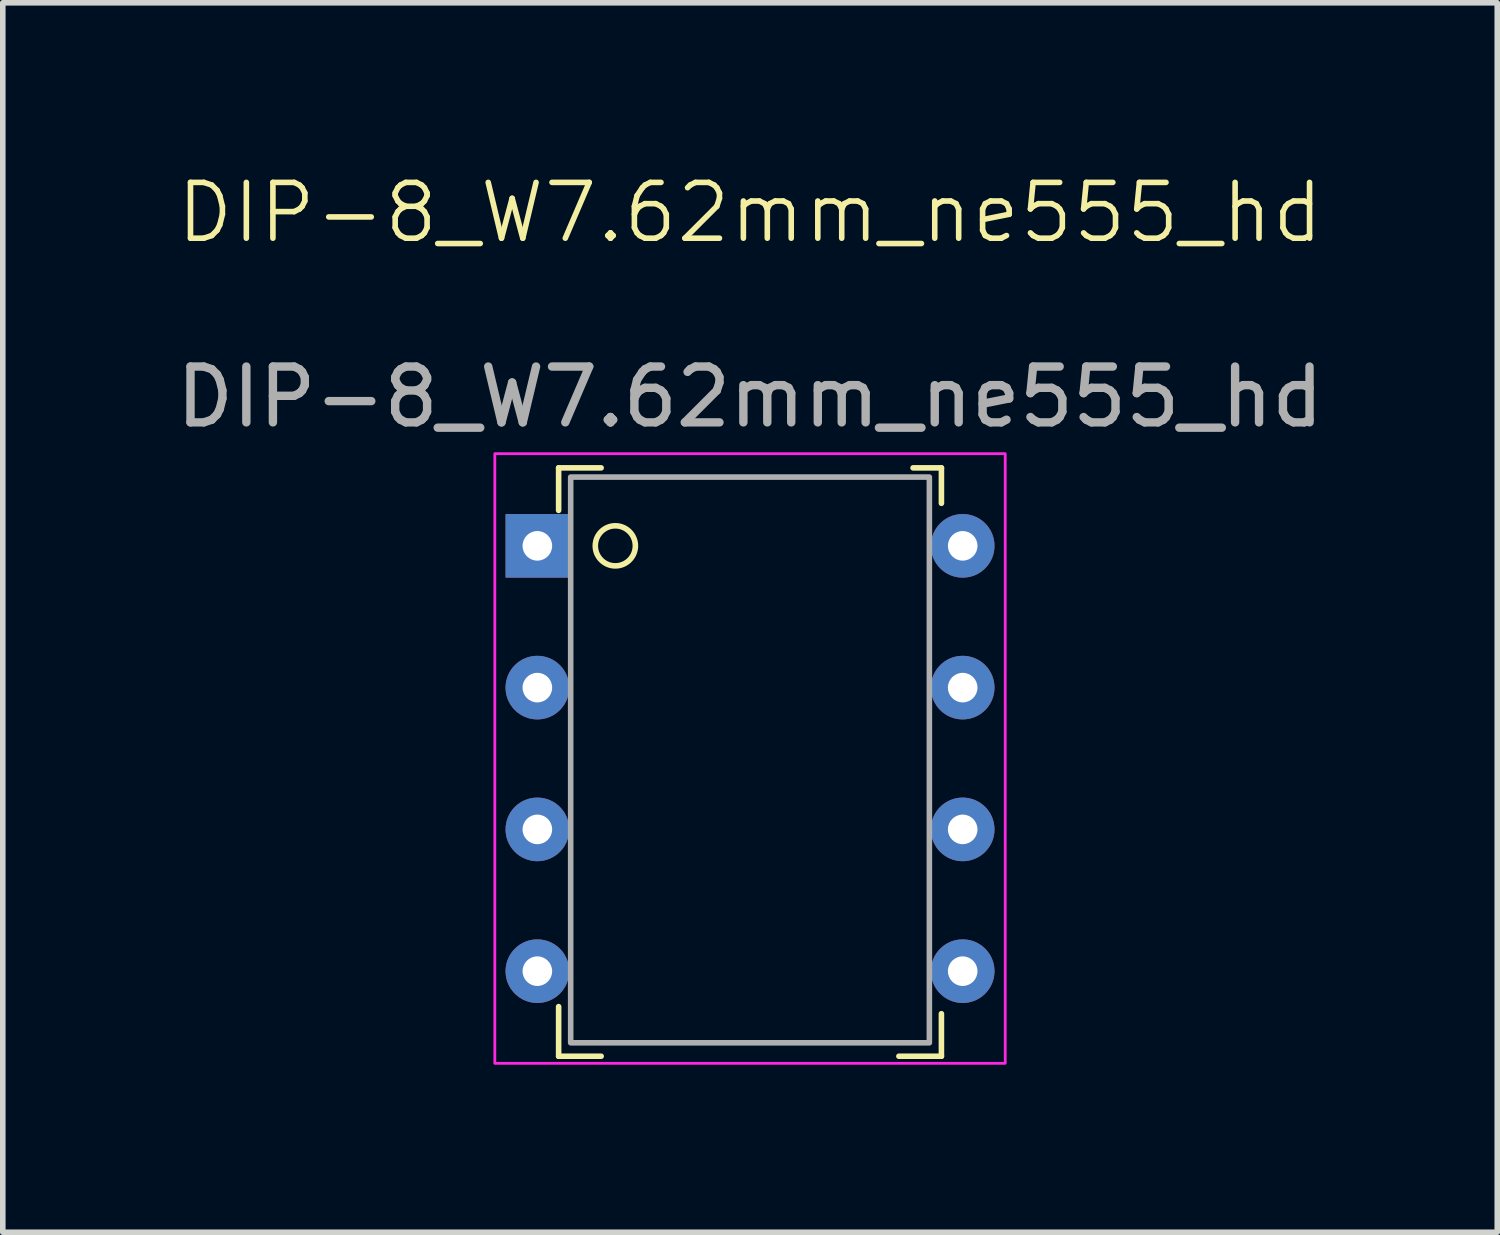
<source format=kicad_pcb>
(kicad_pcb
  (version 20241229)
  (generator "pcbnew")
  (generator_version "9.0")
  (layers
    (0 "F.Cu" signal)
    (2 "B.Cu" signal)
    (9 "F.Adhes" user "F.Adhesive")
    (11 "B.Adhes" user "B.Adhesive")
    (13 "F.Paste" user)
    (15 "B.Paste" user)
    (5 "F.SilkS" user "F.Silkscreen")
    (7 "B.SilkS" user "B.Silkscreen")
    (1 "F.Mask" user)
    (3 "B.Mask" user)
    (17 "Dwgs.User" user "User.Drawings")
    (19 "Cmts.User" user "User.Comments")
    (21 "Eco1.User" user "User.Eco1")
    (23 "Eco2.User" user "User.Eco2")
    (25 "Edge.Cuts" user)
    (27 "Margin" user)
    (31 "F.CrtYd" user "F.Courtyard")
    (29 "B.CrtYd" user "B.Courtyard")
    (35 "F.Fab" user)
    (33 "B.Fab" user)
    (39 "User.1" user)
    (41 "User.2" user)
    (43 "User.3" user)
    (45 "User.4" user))
  (footprint "DIP-8_W7.62mm_ne555_hd"
    (layer "F.Cu")
    (at 10.387 0.506)
    (property "Reference" "DIP-8_W7.62mm_ne555_hd" (at 0 0.254 0) (unlocked yes) (layer "F.SilkS") (effects (font (size 1 1) (thickness 0.1))))
    (attr smd)
    (fp_line (start -3.429 4.826) (end -2.667 4.826) (stroke (width 0.1) (type default)) (layer "F.SilkS"))
    (fp_line (start -3.429 5.588) (end -3.429 4.826) (stroke (width 0.1) (type default)) (layer "F.SilkS"))
    (fp_line (start -3.429 14.478) (end -3.429 15.367) (stroke (width 0.1) (type default)) (layer "F.SilkS"))
    (fp_line (start -3.429 15.367) (end -2.667 15.367) (stroke (width 0.1) (type default)) (layer "F.SilkS"))
    (fp_line (start 2.921 4.826) (end 3.429 4.826) (stroke (width 0.1) (type default)) (layer "F.SilkS"))
    (fp_line (start 3.429 4.826) (end 3.429 5.461) (stroke (width 0.1) (type default)) (layer "F.SilkS"))
    (fp_line (start 3.429 14.605) (end 3.429 15.367) (stroke (width 0.1) (type default)) (layer "F.SilkS"))
    (fp_line (start 3.429 15.367) (end 2.667 15.367) (stroke (width 0.1) (type default)) (layer "F.SilkS"))
    (fp_circle (center -2.413 6.223) (end -2.159 6.477) (stroke (width 0.1) (type default)) (fill no) (layer "F.SilkS"))
    (fp_rect (start -4.572 4.572) (end 4.572 15.494) (stroke (width 0.05) (type default)) (fill no) (layer "F.CrtYd"))
    (fp_rect (start -3.213 4.991) (end 3.213 15.126) (stroke (width 0.1) (type default)) (fill no) (layer "F.Fab"))
    (fp_text user "${REFERENCE}" (at 0 3.556 0) (unlocked yes) (layer "F.Fab") (effects (font (size 1 1) (thickness 0.15))))
    (pad "1" thru_hole rect (at -3.81 6.223) (size 1.14 1.14) (drill 0.53) (layers "*.Cu" "*.Mask"))
    (pad "2" thru_hole circle (at -3.81 8.763) (size 1.14 1.14) (drill 0.53) (layers "*.Cu" "*.Mask"))
    (pad "3" thru_hole circle (at -3.81 11.303) (size 1.14 1.14) (drill 0.53) (layers "*.Cu" "*.Mask"))
    (pad "4" thru_hole circle (at -3.81 13.843) (size 1.14 1.14) (drill 0.53) (layers "*.Cu" "*.Mask"))
    (pad "5" thru_hole circle (at 3.81 13.843) (size 1.14 1.14) (drill 0.53) (layers "*.Cu" "*.Mask"))
    (pad "6" thru_hole circle (at 3.81 11.303) (size 1.14 1.14) (drill 0.53) (layers "*.Cu" "*.Mask"))
    (pad "7" thru_hole circle (at 3.81 8.763) (size 1.14 1.14) (drill 0.53) (layers "*.Cu" "*.Mask"))
    (pad "8" thru_hole circle (at 3.81 6.223) (size 1.14 1.14) (drill 0.53) (layers "*.Cu" "*.Mask")))
  (gr_rect
    (start -3 -3)
    (end 23.774 19.026)
    (stroke (width 0.1) (type default))
    (fill no)
    (layer "Edge.Cuts")))
</source>
